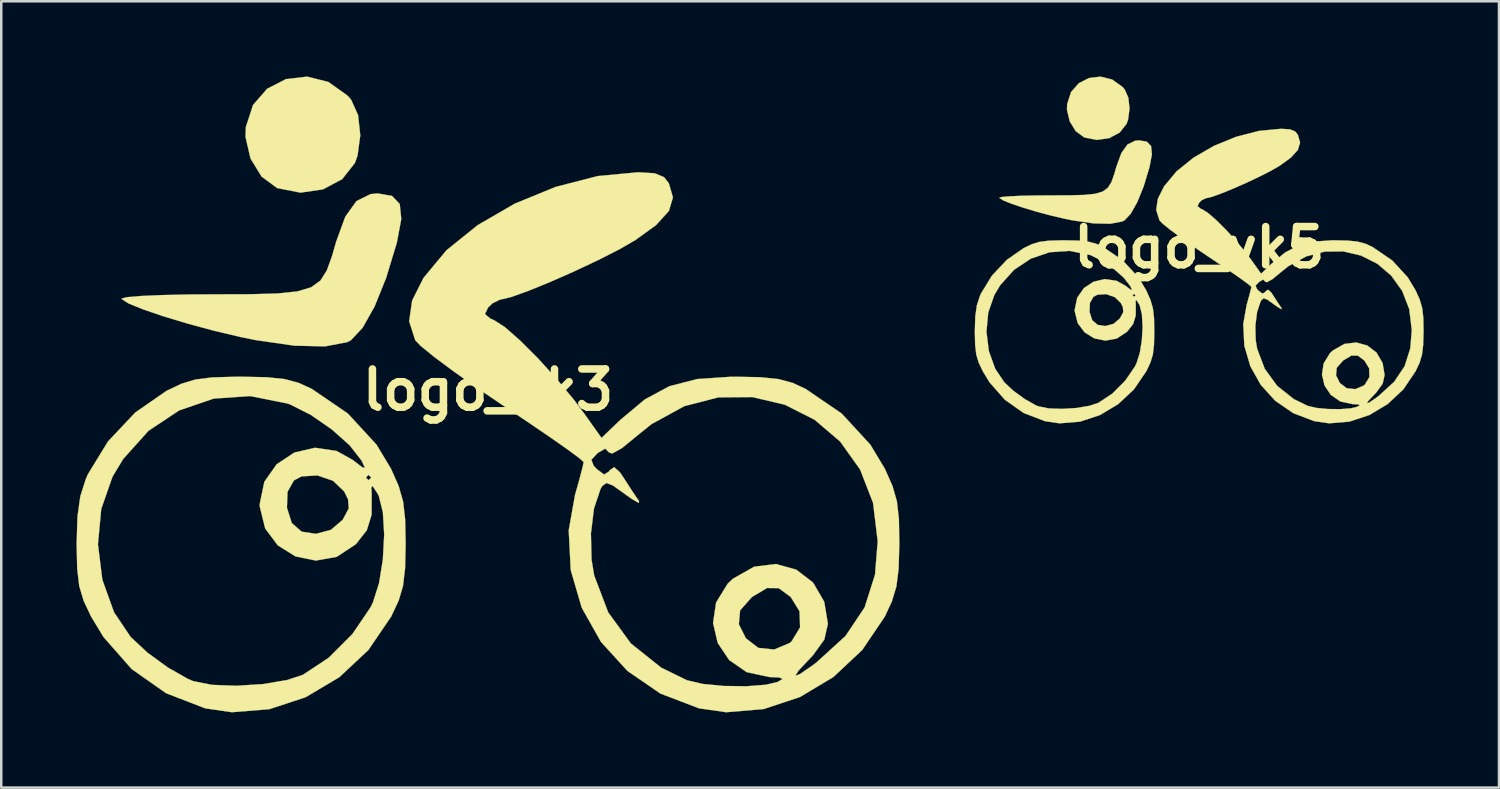
<source format=kicad_pcb>
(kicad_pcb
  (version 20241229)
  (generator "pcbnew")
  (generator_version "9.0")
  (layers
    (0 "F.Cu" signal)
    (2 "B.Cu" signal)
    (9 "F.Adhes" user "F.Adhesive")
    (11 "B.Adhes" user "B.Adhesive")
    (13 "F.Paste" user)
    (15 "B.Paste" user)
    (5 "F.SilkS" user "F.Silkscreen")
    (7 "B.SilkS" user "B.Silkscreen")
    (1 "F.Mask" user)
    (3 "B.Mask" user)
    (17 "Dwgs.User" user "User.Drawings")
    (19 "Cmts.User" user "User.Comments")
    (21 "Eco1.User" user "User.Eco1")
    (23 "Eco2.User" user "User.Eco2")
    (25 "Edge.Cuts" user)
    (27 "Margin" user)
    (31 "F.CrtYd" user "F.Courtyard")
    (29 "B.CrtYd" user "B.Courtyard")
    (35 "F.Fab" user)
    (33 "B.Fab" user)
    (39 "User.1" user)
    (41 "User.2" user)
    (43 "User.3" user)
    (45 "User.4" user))
  (footprint "logo_vk5"
    (layer "F.Cu")
    (at 44.753 6.816)
    (property "Reference" "logo_vk5" (at 0 0 0) (layer "F.SilkS") (effects (font (size 1.524 1.524) (thickness 0.3))))
    (attr through_hole)
    (fp_poly (pts (xy -3.472 -6.696) (xy -3.057 -6.4) (xy -2.976 -6.308) (xy -2.826 -5.974) (xy -2.778 -5.535) (xy -2.838 -5.092) (xy -2.896 -4.931) (xy -3.173 -4.581) (xy -3.589 -4.36) (xy -4.08 -4.289) (xy -4.58 -4.387) (xy -4.589 -4.391) (xy -4.924 -4.638) (xy -5.165 -5.033) (xy -5.273 -5.498) (xy -5.266 -5.715) (xy -5.109 -6.197) (xy -4.801 -6.549) (xy -4.393 -6.757) (xy -3.934 -6.811) (xy -3.472 -6.696)) (stroke (width 0.01) (type solid)) (fill yes) (layer "F.SilkS"))
    (fp_poly (pts (xy -2.087 -4.218) (xy -1.919 -4.041) (xy -1.887 -3.715) (xy -1.98 -3.215) (xy -1.987 -3.189) (xy -2.216 -2.435) (xy -2.467 -1.813) (xy -2.727 -1.352) (xy -2.98 -1.081) (xy -3.061 -1.039) (xy -3.543 -0.947) (xy -4.212 -0.961) (xy -5.049 -1.082) (xy -5.369 -1.147) (xy -5.942 -1.282) (xy -6.517 -1.437) (xy -7.05 -1.598) (xy -7.498 -1.75) (xy -7.816 -1.879) (xy -7.962 -1.972) (xy -7.966 -1.985) (xy -7.857 -2.016) (xy -7.554 -2.041) (xy -7.094 -2.062) (xy -6.514 -2.074) (xy -5.95 -2.078) (xy -5.163 -2.08) (xy -4.572 -2.097) (xy -4.145 -2.142) (xy -3.848 -2.23) (xy -3.646 -2.377) (xy -3.506 -2.596) (xy -3.395 -2.902) (xy -3.302 -3.224) (xy -3.103 -3.768) (xy -2.861 -4.105) (xy -2.556 -4.257) (xy -2.401 -4.272) (xy -2.087 -4.218)) (stroke (width 0.01) (type solid)) (fill yes) (layer "F.SilkS"))
    (fp_poly (pts (xy -4.817 -0.276) (xy -4.424 -0.235) (xy -4.115 -0.152) (xy -3.834 -0.023) (xy -3.049 0.513) (xy -2.425 1.19) (xy -2.11 1.713) (xy -1.944 2.088) (xy -1.846 2.429) (xy -1.801 2.823) (xy -1.791 3.348) (xy -1.803 3.877) (xy -1.848 4.259) (xy -1.943 4.58) (xy -2.104 4.923) (xy -2.107 4.928) (xy -2.603 5.656) (xy -3.235 6.247) (xy -3.965 6.682) (xy -4.756 6.942) (xy -5.568 7.008) (xy -6.15 6.923) (xy -7.001 6.595) (xy -7.747 6.07) (xy -8.362 5.372) (xy -8.63 4.928) (xy -8.793 4.585) (xy -8.888 4.266) (xy -8.933 3.887) (xy -8.945 3.364) (xy -8.945 3.356) (xy -8.482 3.356) (xy -8.387 4.125) (xy -8.132 4.834) (xy -7.771 5.372) (xy -7.407 5.711) (xy -6.957 6.039) (xy -6.522 6.285) (xy -6.408 6.332) (xy -6.003 6.413) (xy -5.467 6.432) (xy -4.892 6.396) (xy -4.369 6.308) (xy -4.024 6.193) (xy -3.466 5.824) (xy -2.951 5.31) (xy -2.558 4.733) (xy -2.502 4.618) (xy -2.369 4.201) (xy -2.287 3.685) (xy -2.258 3.147) (xy -2.286 2.663) (xy -2.374 2.307) (xy -2.404 2.251) (xy -2.511 2.089) (xy -2.537 2.123) (xy -2.53 2.251) (xy -2.532 2.714) (xy -2.635 3.05) (xy -2.87 3.349) (xy -2.877 3.357) (xy -3.29 3.63) (xy -3.742 3.711) (xy -4.186 3.621) (xy -4.571 3.381) (xy -4.846 3.012) (xy -4.957 2.563) (xy -4.373 2.563) (xy -4.268 2.894) (xy -4.053 3.082) (xy -3.742 3.13) (xy -3.418 3.043) (xy -3.164 2.827) (xy -3.156 2.815) (xy -3.029 2.575) (xy -3.044 2.378) (xy -3.128 2.209) (xy -3.369 1.976) (xy -3.577 1.905) (xy -2.655 1.905) (xy -2.598 1.963) (xy -2.54 1.905) (xy -2.598 1.847) (xy -2.655 1.905) (xy -3.577 1.905) (xy -3.71 1.859) (xy -4.054 1.881) (xy -4.222 1.969) (xy -4.359 2.216) (xy -4.373 2.563) (xy -4.957 2.563) (xy -4.963 2.535) (xy -4.965 2.482) (xy -4.864 1.999) (xy -4.597 1.618) (xy -4.213 1.363) (xy -3.762 1.258) (xy -3.294 1.327) (xy -2.945 1.521) (xy -2.736 1.68) (xy -2.676 1.698) (xy -2.731 1.576) (xy -2.755 1.531) (xy -3.006 1.207) (xy -3.398 0.859) (xy -3.854 0.543) (xy -4.301 0.318) (xy -4.364 0.295) (xy -5.171 0.134) (xy -5.966 0.189) (xy -6.714 0.445) (xy -7.381 0.888) (xy -7.934 1.503) (xy -8.166 1.889) (xy -8.41 2.59) (xy -8.482 3.356) (xy -8.945 3.356) (xy -8.945 3.348) (xy -8.928 2.758) (xy -8.866 2.315) (xy -8.746 1.94) (xy -8.7 1.833) (xy -8.263 1.12) (xy -7.671 0.492) (xy -6.993 0.021) (xy -6.992 0.021) (xy -6.669 -0.133) (xy -6.365 -0.226) (xy -6.005 -0.272) (xy -5.509 -0.286) (xy -5.369 -0.287) (xy -4.817 -0.276)) (stroke (width 0.01) (type solid)) (fill yes) (layer "F.SilkS"))
    (fp_poly (pts (xy 3.62 -4.71) (xy 3.827 -4.625) (xy 3.931 -4.492) (xy 4.02 -4.185) (xy 3.932 -3.891) (xy 3.653 -3.583) (xy 3.205 -3.259) (xy 2.858 -3.059) (xy 2.399 -2.825) (xy 1.882 -2.581) (xy 1.358 -2.35) (xy 0.88 -2.155) (xy 0.499 -2.018) (xy 0.268 -1.963) (xy 0.26 -1.963) (xy 0.096 -1.883) (xy 0.002 -1.791) (xy -0.067 -1.65) (xy 0.052 -1.549) (xy 0.132 -1.516) (xy 0.365 -1.366) (xy 0.696 -1.076) (xy 1.084 -0.688) (xy 1.487 -0.244) (xy 1.864 0.211) (xy 2.075 0.493) (xy 2.467 1.044) (xy 2.879 0.65) (xy 3.411 0.206) (xy 3.944 -0.081) (xy 4.548 -0.236) (xy 5.293 -0.287) (xy 5.369 -0.287) (xy 5.92 -0.276) (xy 6.314 -0.235) (xy 6.623 -0.152) (xy 6.904 -0.023) (xy 7.689 0.513) (xy 8.312 1.19) (xy 8.627 1.713) (xy 8.793 2.086) (xy 8.889 2.421) (xy 8.933 2.808) (xy 8.942 3.334) (xy 8.942 3.348) (xy 8.927 3.882) (xy 8.879 4.272) (xy 8.78 4.601) (xy 8.626 4.928) (xy 8.137 5.654) (xy 7.508 6.243) (xy 6.78 6.678) (xy 5.99 6.94) (xy 5.179 7.008) (xy 4.588 6.923) (xy 3.748 6.603) (xy 3.03 6.11) (xy 2.454 5.477) (xy 2.037 4.735) (xy 1.797 3.916) (xy 1.758 3.123) (xy 2.237 3.123) (xy 2.251 3.693) (xy 2.307 4.033) (xy 2.613 4.837) (xy 3.105 5.513) (xy 3.766 6.04) (xy 4.324 6.312) (xy 4.667 6.393) (xy 5.128 6.437) (xy 5.617 6.443) (xy 6.045 6.41) (xy 6.292 6.35) (xy 6.406 6.284) (xy 6.329 6.253) (xy 6.116 6.243) (xy 5.623 6.137) (xy 5.243 5.873) (xy 4.993 5.501) (xy 4.899 5.096) (xy 5.453 5.096) (xy 5.606 5.401) (xy 5.877 5.609) (xy 6.222 5.645) (xy 6.557 5.502) (xy 6.601 5.466) (xy 6.784 5.163) (xy 6.772 4.813) (xy 6.581 4.503) (xy 6.32 4.31) (xy 6.066 4.307) (xy 5.752 4.494) (xy 5.731 4.511) (xy 5.48 4.794) (xy 5.453 5.096) (xy 4.899 5.096) (xy 4.892 5.068) (xy 4.958 4.623) (xy 5.209 4.214) (xy 5.324 4.106) (xy 5.784 3.844) (xy 6.258 3.785) (xy 6.701 3.907) (xy 7.066 4.188) (xy 7.31 4.607) (xy 7.389 5.086) (xy 7.311 5.429) (xy 7.056 5.78) (xy 6.997 5.842) (xy 6.75 6.103) (xy 6.68 6.215) (xy 6.782 6.178) (xy 7.055 5.989) (xy 7.147 5.92) (xy 7.772 5.35) (xy 8.187 4.73) (xy 8.413 4.018) (xy 8.472 3.29) (xy 8.371 2.456) (xy 8.089 1.729) (xy 7.656 1.123) (xy 7.101 0.649) (xy 6.455 0.323) (xy 5.747 0.156) (xy 5.008 0.162) (xy 4.266 0.354) (xy 3.553 0.744) (xy 3.244 0.994) (xy 2.911 1.267) (xy 2.698 1.383) (xy 2.627 1.358) (xy 2.549 1.276) (xy 2.388 1.369) (xy 2.38 1.376) (xy 2.246 1.52) (xy 2.299 1.652) (xy 2.365 1.722) (xy 2.522 1.839) (xy 2.627 1.776) (xy 2.647 1.745) (xy 2.742 1.679) (xy 2.87 1.793) (xy 2.953 1.919) (xy 3.135 2.201) (xy 3.282 2.418) (xy 3.284 2.42) (xy 3.277 2.458) (xy 3.125 2.371) (xy 2.981 2.268) (xy 2.718 2.08) (xy 2.573 2.024) (xy 2.484 2.089) (xy 2.444 2.157) (xy 2.304 2.578) (xy 2.237 3.123) (xy 1.758 3.123) (xy 1.754 3.051) (xy 1.891 2.283) (xy 1.992 1.924) (xy 2.06 1.661) (xy 2.078 1.568) (xy 1.987 1.485) (xy 1.732 1.297) (xy 1.345 1.026) (xy 0.855 0.692) (xy 0.318 0.333) (xy -0.255 -0.055) (xy -0.766 -0.416) (xy -1.181 -0.725) (xy -1.466 -0.957) (xy -1.583 -1.08) (xy -1.716 -1.493) (xy -1.65 -1.943) (xy -1.403 -2.436) (xy -0.904 -3.036) (xy -0.226 -3.582) (xy 0.581 -4.05) (xy 1.468 -4.413) (xy 2.383 -4.649) (xy 3.258 -4.732) (xy 3.62 -4.71)) (stroke (width 0.01) (type solid)) (fill yes) (layer "F.SilkS")))
  (footprint "logo_vk3"
    (layer "F.Cu")
    (at 16.404 12.492)
    (property "Reference" "logo_vk3" (at 0 0 0) (layer "F.SilkS") (effects (font (size 1.524 1.524) (thickness 0.3))))
    (attr through_hole)
    (fp_poly (pts (xy -6.365 -12.276) (xy -5.605 -11.734) (xy -5.455 -11.564) (xy -5.18 -10.953) (xy -5.093 -10.147) (xy -5.203 -9.335) (xy -5.31 -9.041) (xy -5.817 -8.399) (xy -6.58 -7.994) (xy -7.479 -7.863) (xy -8.396 -8.043) (xy -8.412 -8.049) (xy -9.028 -8.504) (xy -9.47 -9.228) (xy -9.667 -10.08) (xy -9.655 -10.477) (xy -9.366 -11.361) (xy -8.802 -12.006) (xy -8.054 -12.389) (xy -7.212 -12.487) (xy -6.365 -12.276)) (stroke (width 0.01) (type solid)) (fill yes) (layer "F.SilkS"))
    (fp_poly (pts (xy -3.827 -7.733) (xy -3.519 -7.408) (xy -3.459 -6.81) (xy -3.63 -5.894) (xy -3.642 -5.847) (xy -4.062 -4.464) (xy -4.523 -3.323) (xy -4.999 -2.478) (xy -5.464 -1.982) (xy -5.612 -1.904) (xy -6.496 -1.735) (xy -7.721 -1.763) (xy -9.256 -1.984) (xy -9.842 -2.103) (xy -10.895 -2.351) (xy -11.949 -2.635) (xy -12.926 -2.929) (xy -13.745 -3.208) (xy -14.329 -3.445) (xy -14.596 -3.616) (xy -14.605 -3.64) (xy -14.405 -3.695) (xy -13.849 -3.743) (xy -13.005 -3.78) (xy -11.942 -3.803) (xy -10.909 -3.81) (xy -9.465 -3.814) (xy -8.382 -3.844) (xy -7.599 -3.927) (xy -7.054 -4.089) (xy -6.684 -4.357) (xy -6.428 -4.759) (xy -6.224 -5.32) (xy -6.054 -5.91) (xy -5.689 -6.908) (xy -5.245 -7.526) (xy -4.686 -7.805) (xy -4.401 -7.832) (xy -3.827 -7.733)) (stroke (width 0.01) (type solid)) (fill yes) (layer "F.SilkS"))
    (fp_poly (pts (xy -8.832 -0.506) (xy -8.11 -0.432) (xy -7.543 -0.279) (xy -7.028 -0.042) (xy -5.589 0.941) (xy -4.446 2.182) (xy -3.869 3.141) (xy -3.563 3.829) (xy -3.385 4.453) (xy -3.303 5.175) (xy -3.284 6.138) (xy -3.306 7.107) (xy -3.388 7.808) (xy -3.561 8.396) (xy -3.857 9.025) (xy -3.863 9.036) (xy -4.771 10.37) (xy -5.93 11.453) (xy -7.27 12.25) (xy -8.719 12.727) (xy -10.208 12.848) (xy -11.275 12.693) (xy -12.835 12.09) (xy -14.203 11.129) (xy -15.33 9.849) (xy -15.822 9.036) (xy -16.12 8.406) (xy -16.295 7.821) (xy -16.377 7.127) (xy -16.399 6.168) (xy -16.399 6.154) (xy -15.55 6.154) (xy -15.375 7.563) (xy -14.909 8.863) (xy -14.247 9.848) (xy -13.58 10.47) (xy -12.754 11.072) (xy -11.957 11.522) (xy -11.748 11.609) (xy -11.005 11.757) (xy -10.023 11.793) (xy -8.97 11.726) (xy -8.01 11.565) (xy -7.377 11.354) (xy -6.354 10.678) (xy -5.41 9.735) (xy -4.69 8.677) (xy -4.587 8.467) (xy -4.344 7.701) (xy -4.193 6.756) (xy -4.14 5.77) (xy -4.192 4.882) (xy -4.353 4.23) (xy -4.407 4.128) (xy -4.604 3.829) (xy -4.652 3.891) (xy -4.638 4.128) (xy -4.641 4.976) (xy -4.831 5.591) (xy -5.261 6.141) (xy -5.275 6.155) (xy -6.031 6.654) (xy -6.861 6.803) (xy -7.674 6.638) (xy -8.379 6.199) (xy -8.885 5.523) (xy -9.087 4.699) (xy -8.016 4.699) (xy -7.824 5.306) (xy -7.43 5.651) (xy -6.86 5.738) (xy -6.266 5.579) (xy -5.8 5.183) (xy -5.785 5.161) (xy -5.552 4.722) (xy -5.581 4.36) (xy -5.734 4.05) (xy -6.177 3.623) (xy -6.558 3.493) (xy -4.868 3.493) (xy -4.763 3.598) (xy -4.657 3.493) (xy -4.763 3.387) (xy -4.868 3.493) (xy -6.558 3.493) (xy -6.802 3.409) (xy -7.433 3.448) (xy -7.74 3.61) (xy -7.992 4.062) (xy -8.016 4.699) (xy -9.087 4.699) (xy -9.1 4.648) (xy -9.102 4.551) (xy -8.918 3.664) (xy -8.428 2.966) (xy -7.724 2.498) (xy -6.897 2.306) (xy -6.039 2.433) (xy -5.399 2.788) (xy -5.017 3.081) (xy -4.906 3.113) (xy -5.007 2.889) (xy -5.05 2.807) (xy -5.511 2.214) (xy -6.229 1.574) (xy -7.066 0.995) (xy -7.884 0.583) (xy -8 0.541) (xy -9.48 0.246) (xy -10.937 0.347) (xy -12.309 0.816) (xy -13.532 1.627) (xy -14.545 2.755) (xy -14.971 3.463) (xy -15.419 4.749) (xy -15.55 6.154) (xy -16.399 6.154) (xy -16.399 6.138) (xy -16.367 5.056) (xy -16.254 4.245) (xy -16.035 3.556) (xy -15.95 3.361) (xy -15.149 2.054) (xy -14.064 0.902) (xy -12.82 0.039) (xy -12.819 0.038) (xy -12.226 -0.244) (xy -11.67 -0.413) (xy -11.009 -0.498) (xy -10.1 -0.525) (xy -9.842 -0.526) (xy -8.832 -0.506)) (stroke (width 0.01) (type solid)) (fill yes) (layer "F.SilkS"))
    (fp_poly (pts (xy 6.637 -8.636) (xy 7.017 -8.48) (xy 7.207 -8.235) (xy 7.37 -7.673) (xy 7.209 -7.134) (xy 6.697 -6.568) (xy 5.876 -5.975) (xy 5.239 -5.607) (xy 4.399 -5.179) (xy 3.45 -4.732) (xy 2.49 -4.308) (xy 1.613 -3.95) (xy 0.915 -3.7) (xy 0.491 -3.599) (xy 0.476 -3.598) (xy 0.176 -3.452) (xy 0.003 -3.284) (xy -0.123 -3.024) (xy 0.095 -2.84) (xy 0.242 -2.779) (xy 0.668 -2.505) (xy 1.275 -1.972) (xy 1.987 -1.261) (xy 2.726 -0.448) (xy 3.417 0.386) (xy 3.805 0.904) (xy 4.523 1.914) (xy 5.278 1.191) (xy 6.253 0.377) (xy 7.23 -0.148) (xy 8.337 -0.433) (xy 9.704 -0.526) (xy 9.842 -0.526) (xy 10.854 -0.506) (xy 11.576 -0.432) (xy 12.143 -0.279) (xy 12.657 -0.042) (xy 14.096 0.941) (xy 15.239 2.182) (xy 15.816 3.141) (xy 16.12 3.824) (xy 16.297 4.438) (xy 16.378 5.148) (xy 16.394 6.113) (xy 16.394 6.138) (xy 16.367 7.118) (xy 16.278 7.831) (xy 16.096 8.434) (xy 15.815 9.036) (xy 14.917 10.365) (xy 13.765 11.446) (xy 12.43 12.244) (xy 10.983 12.723) (xy 9.495 12.848) (xy 8.41 12.693) (xy 6.871 12.105) (xy 5.556 11.202) (xy 4.499 10.042) (xy 3.734 8.681) (xy 3.295 7.179) (xy 3.222 5.725) (xy 4.101 5.725) (xy 4.127 6.771) (xy 4.23 7.394) (xy 4.79 8.868) (xy 5.692 10.106) (xy 6.905 11.073) (xy 7.928 11.573) (xy 8.556 11.72) (xy 9.401 11.801) (xy 10.298 11.813) (xy 11.082 11.752) (xy 11.536 11.642) (xy 11.745 11.521) (xy 11.603 11.463) (xy 11.213 11.445) (xy 10.309 11.251) (xy 9.611 10.768) (xy 9.154 10.085) (xy 8.981 9.343) (xy 9.998 9.343) (xy 10.278 9.901) (xy 10.774 10.283) (xy 11.407 10.348) (xy 12.022 10.088) (xy 12.101 10.021) (xy 12.438 9.466) (xy 12.415 8.823) (xy 12.065 8.255) (xy 11.586 7.902) (xy 11.12 7.897) (xy 10.545 8.24) (xy 10.506 8.27) (xy 10.047 8.79) (xy 9.998 9.343) (xy 8.981 9.343) (xy 8.969 9.291) (xy 9.09 8.475) (xy 9.55 7.726) (xy 9.76 7.527) (xy 10.605 7.048) (xy 11.473 6.94) (xy 12.284 7.163) (xy 12.955 7.678) (xy 13.402 8.446) (xy 13.547 9.324) (xy 13.404 9.953) (xy 12.937 10.597) (xy 12.827 10.71) (xy 12.376 11.189) (xy 12.246 11.395) (xy 12.434 11.326) (xy 12.934 10.981) (xy 13.103 10.853) (xy 14.249 9.808) (xy 15.01 8.672) (xy 15.424 7.367) (xy 15.532 6.032) (xy 15.347 4.503) (xy 14.829 3.17) (xy 14.035 2.058) (xy 13.018 1.191) (xy 11.834 0.592) (xy 10.536 0.286) (xy 9.181 0.297) (xy 7.822 0.648) (xy 6.514 1.365) (xy 5.946 1.822) (xy 5.336 2.322) (xy 4.947 2.536) (xy 4.816 2.49) (xy 4.673 2.34) (xy 4.378 2.509) (xy 4.363 2.522) (xy 4.118 2.786) (xy 4.214 3.028) (xy 4.336 3.157) (xy 4.624 3.372) (xy 4.816 3.257) (xy 4.853 3.2) (xy 5.028 3.078) (xy 5.261 3.288) (xy 5.415 3.518) (xy 5.748 4.036) (xy 6.018 4.433) (xy 6.02 4.436) (xy 6.007 4.506) (xy 5.73 4.347) (xy 5.465 4.158) (xy 4.983 3.813) (xy 4.717 3.711) (xy 4.554 3.829) (xy 4.481 3.955) (xy 4.223 4.727) (xy 4.101 5.725) (xy 3.222 5.725) (xy 3.216 5.593) (xy 3.467 4.185) (xy 3.652 3.527) (xy 3.777 3.045) (xy 3.81 2.875) (xy 3.642 2.723) (xy 3.175 2.378) (xy 2.465 1.88) (xy 1.567 1.268) (xy 0.582 0.61) (xy -0.468 -0.101) (xy -1.405 -0.762) (xy -2.165 -1.329) (xy -2.687 -1.755) (xy -2.903 -1.981) (xy -3.145 -2.736) (xy -3.026 -3.562) (xy -2.572 -4.466) (xy -1.657 -5.567) (xy -0.414 -6.568) (xy 1.065 -7.424) (xy 2.69 -8.091) (xy 4.369 -8.523) (xy 5.972 -8.675) (xy 6.637 -8.636)) (stroke (width 0.01) (type solid)) (fill yes) (layer "F.SilkS")))
  (gr_rect
    (start -3 -3)
    (end 56.701 28.345)
    (stroke (width 0.1) (type default))
    (fill no)
    (layer "Edge.Cuts")))
</source>
